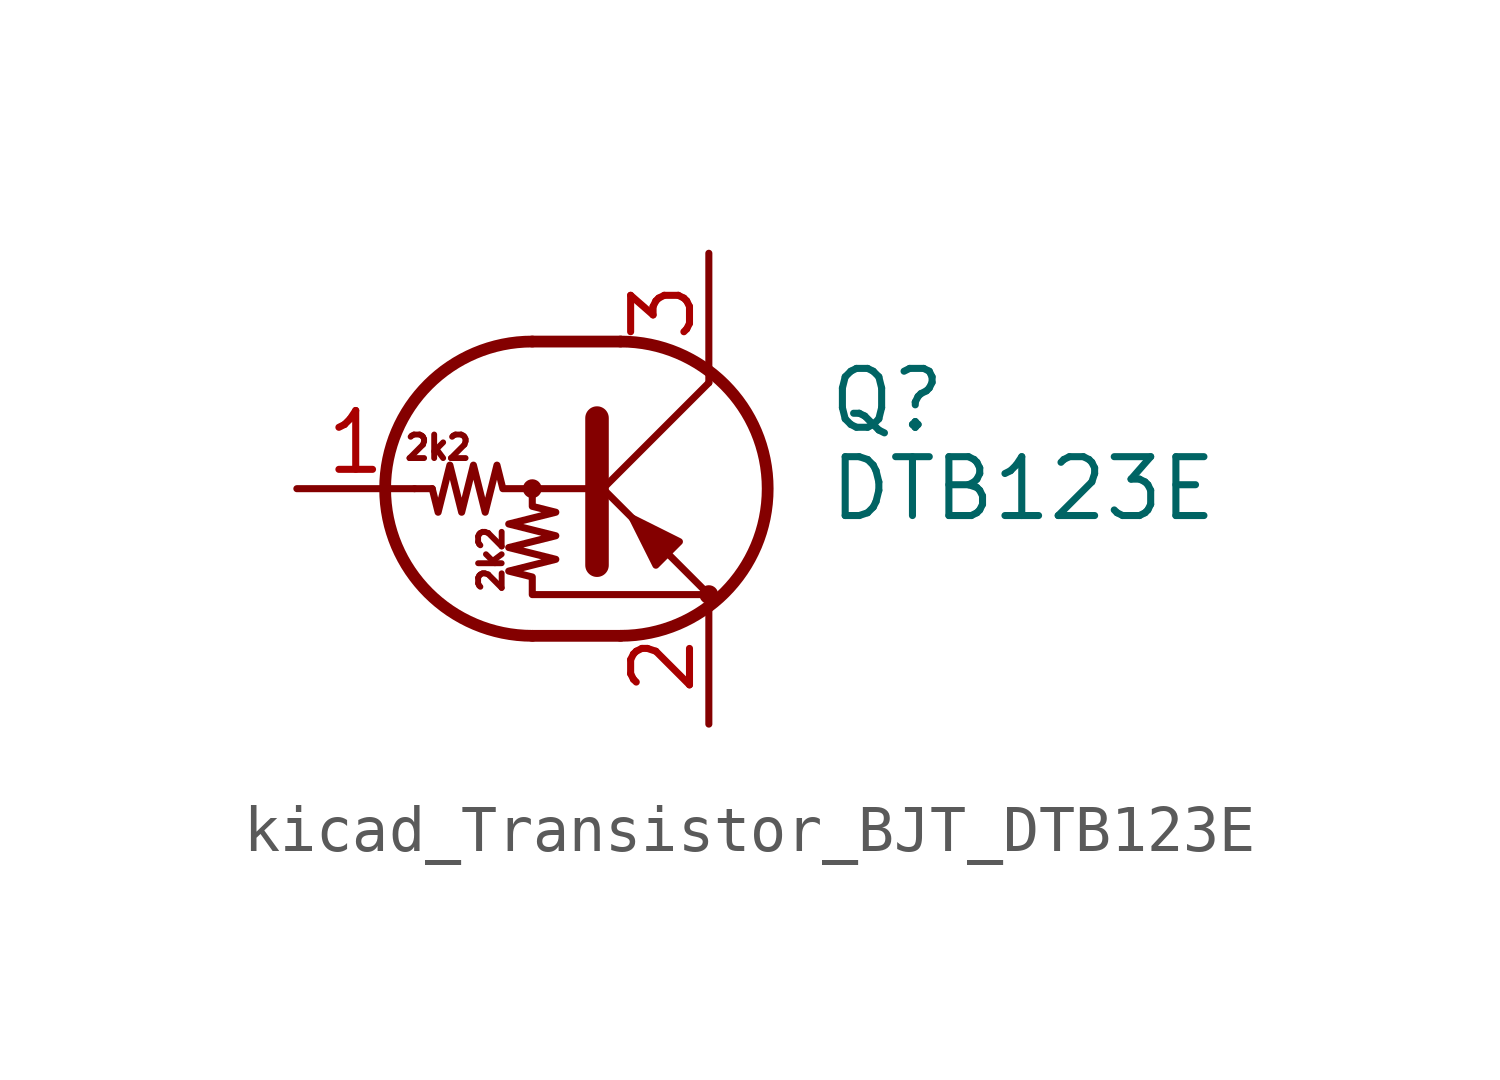
<source format=kicad_sym>
(kicad_symbol_lib
  (version 20220914)
  (generator kicad_symbol_editor)
  (symbol "kicad_Transistor_BJT_DTB123E"
    (pin_names
      (offset 0) hide)
    (property "Reference" "Q"
      (at 5.08 1.905 0)
      (effects (font (size 1.27 1.27)) (justify left)))
    (property "Value" "DTB123E"
      (at 5.08 0 0)
      (effects (font (size 1.27 1.27)) (justify left)))
    (symbol "kicad_Transistor_BJT_DTB123E_0_0"
      (text "2k2" (at -3.302 0.889 0) (effects (font (size 0.508 0.508))))
      (text "2k2" (at -2.159 -1.524 900) (effects (font (size 0.508 0.508)))))
    (symbol "kicad_Transistor_BJT_DTB123E_0_1"
      (circle (center -1.27 0) (radius 0.127) (stroke (width 0) (type default)) (fill (type none)))
      (arc (start -1.27 3.175) (mid -4.4312 0) (end -1.27 -3.175) (stroke (width 0.254) (type default)) (fill (type none)))
      (polyline (pts (xy -3.429 0) (xy -3.81 0)) (stroke (width 0) (type default)) (fill (type none)))
      (polyline (pts (xy -1.27 -3.175) (xy 0.635 -3.175)) (stroke (width 0.254) (type default)) (fill (type none)))
      (polyline (pts (xy -1.27 3.175) (xy 0.635 3.175)) (stroke (width 0.254) (type default)) (fill (type none)))
      (polyline (pts (xy 0 -0.254) (xy 2.54 2.286)) (stroke (width 0) (type default)) (fill (type none)))
      (polyline (pts (xy 0.127 1.524) (xy 0.127 -1.651)) (stroke (width 0.508) (type default)) (fill (type outline)))
      (polyline (pts (xy 2.54 2.286) (xy 2.54 2.54)) (stroke (width 0) (type default)) (fill (type none)))
      (polyline (pts (xy 2.54 -2.286) (xy 0 0.254) (xy 0 0.254)) (stroke (width 0) (type default)) (fill (type none)))
      (polyline (pts (xy 1.397 -1.651) (xy 1.905 -1.143) (xy 0.889 -0.635) (xy 1.397 -1.651)) (stroke (width 0) (type default)) (fill (type outline)))
      (polyline (pts (xy 0 0) (xy -1.905 0) (xy -2.032 0.508) (xy -2.286 -0.508) (xy -2.54 0.508) (xy -2.794 -0.508) (xy -3.048 0.508) (xy -3.302 -0.508) (xy -3.429 0)) (stroke (width 0) (type default)) (fill (type none)))
      (polyline (pts (xy -1.27 0) (xy -1.27 -0.381) (xy -0.762 -0.508) (xy -1.778 -0.762) (xy -0.762 -1.016) (xy -1.778 -1.27) (xy -0.762 -1.524) (xy -1.778 -1.778) (xy -1.27 -1.905) (xy -1.27 -2.286) (xy 2.54 -2.286)) (stroke (width 0) (type default)) (fill (type none)))
      (arc (start 0.635 -3.175) (mid 3.7962 0) (end 0.635 3.175) (stroke (width 0.254) (type default)) (fill (type none)))
      (circle (center 2.54 -2.286) (radius 0.127) (stroke (width 0) (type default)) (fill (type none))))
    (symbol "kicad_Transistor_BJT_DTB123E_1_1"
      (pin input line (at -6.35 0 0) (length 2.54) (name "B" (effects (font (size 1.27 1.27)))) (number "1" (effects (font (size 1.27 1.27)))))
      (pin passive line (at 2.54 -5.08 90) (length 2.54) (name "E" (effects (font (size 1.27 1.27)))) (number "2" (effects (font (size 1.27 1.27)))))
      (pin passive line (at 2.54 5.08 270) (length 2.54) (name "C" (effects (font (size 1.27 1.27)))) (number "3" (effects (font (size 1.27 1.27))))))))
</source>
